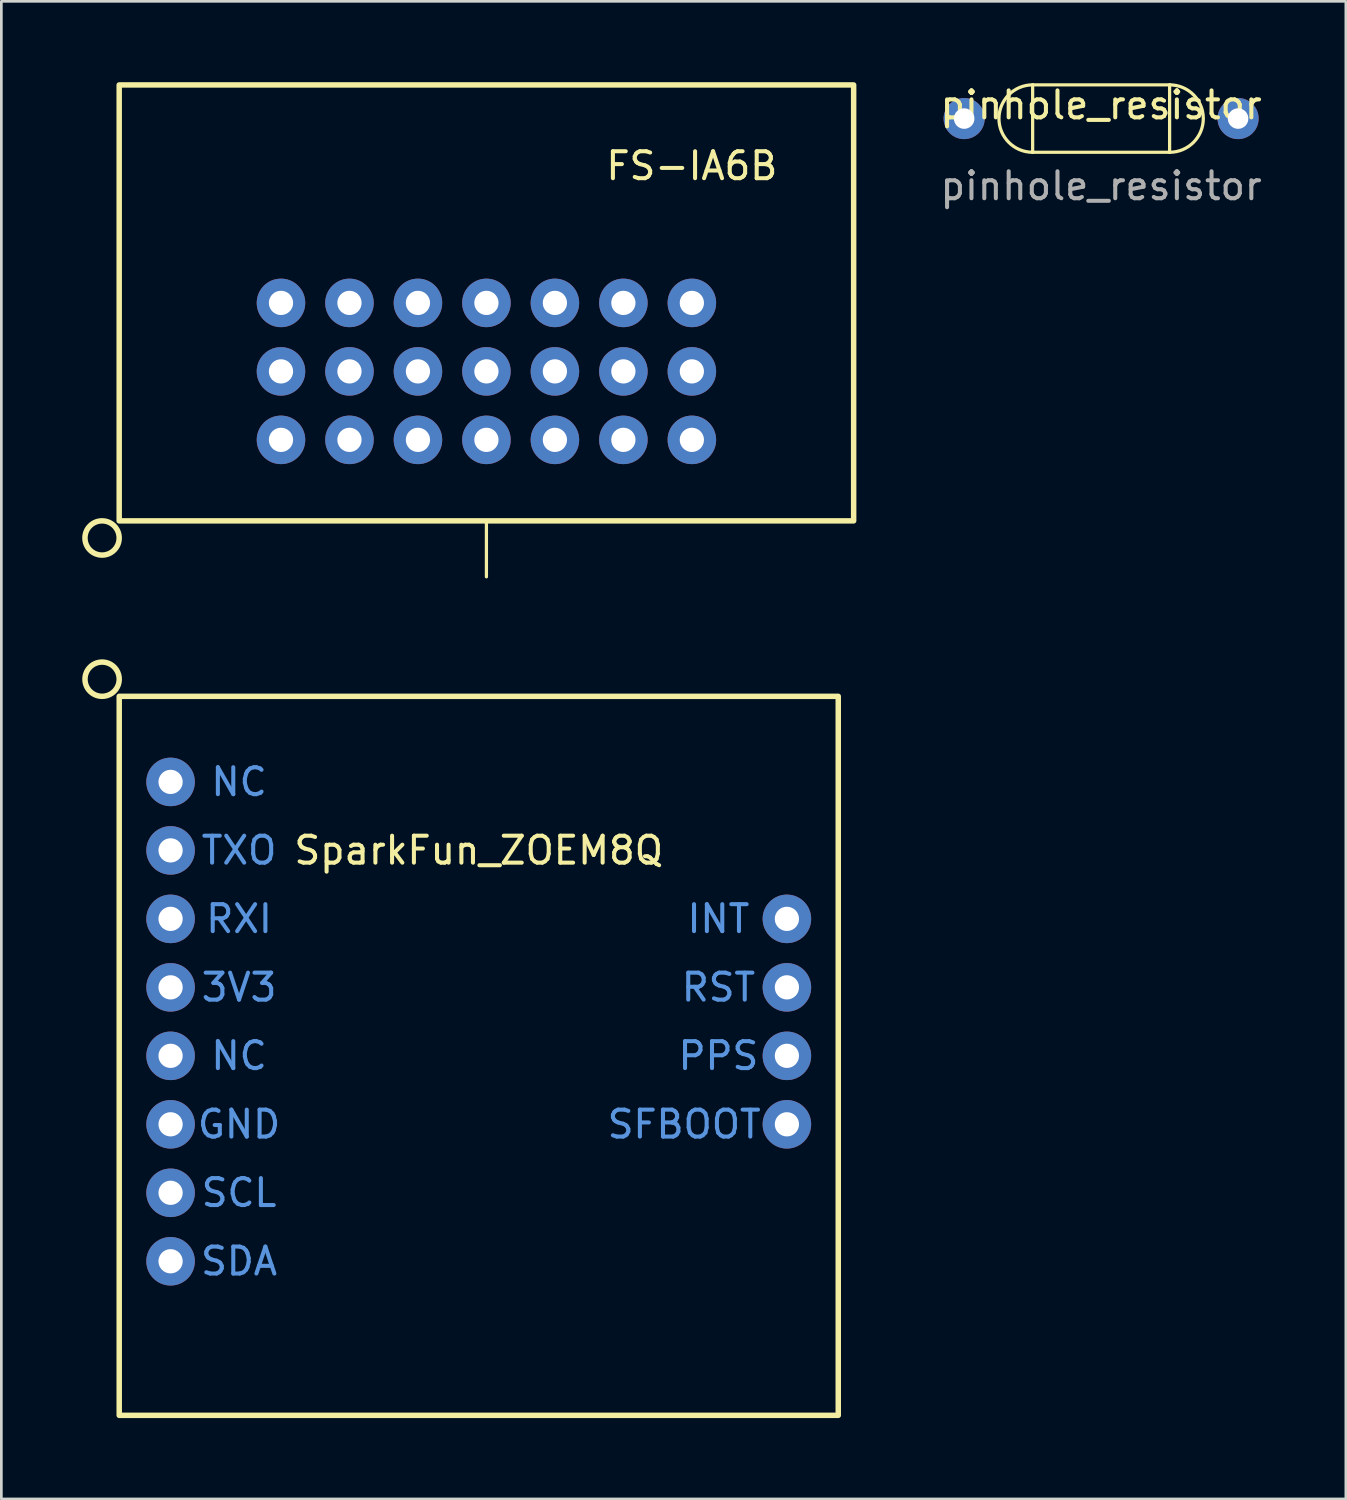
<source format=kicad_pcb>
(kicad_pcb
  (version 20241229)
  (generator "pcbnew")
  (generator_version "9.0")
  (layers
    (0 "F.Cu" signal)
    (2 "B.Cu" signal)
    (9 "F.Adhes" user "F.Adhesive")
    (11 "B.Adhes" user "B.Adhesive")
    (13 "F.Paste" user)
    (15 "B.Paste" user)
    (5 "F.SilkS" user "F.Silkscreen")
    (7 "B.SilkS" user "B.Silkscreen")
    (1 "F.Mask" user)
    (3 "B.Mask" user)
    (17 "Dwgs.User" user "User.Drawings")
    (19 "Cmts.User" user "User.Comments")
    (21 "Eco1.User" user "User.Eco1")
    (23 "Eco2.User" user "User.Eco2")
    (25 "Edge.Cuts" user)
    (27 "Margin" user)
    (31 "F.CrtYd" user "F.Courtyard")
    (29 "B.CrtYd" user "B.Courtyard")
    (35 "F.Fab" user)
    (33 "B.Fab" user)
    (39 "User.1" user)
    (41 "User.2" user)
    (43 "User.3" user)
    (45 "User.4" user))
  (footprint "pinhole_resistor"
    (layer "F.Cu")
    (at 37.792 1.348)
    (property "Reference" "pinhole_resistor" (at 0 -0.5 0) (unlocked yes) (layer "F.SilkS") (effects (font (size 1 1) (thickness 0.15))))
    (attr through_hole)
    (fp_line (start -2.54 -1.25) (end -2.54 1.25) (stroke (width 0.12) (type solid)) (layer "F.SilkS"))
    (fp_line (start -2.54 -1.25) (end 2.54 -1.25) (stroke (width 0.12) (type solid)) (layer "F.SilkS"))
    (fp_line (start -2.54 1.25) (end 2.54 1.25) (stroke (width 0.12) (type solid)) (layer "F.SilkS"))
    (fp_line (start 2.54 -1.25) (end 2.54 1.25) (stroke (width 0.12) (type solid)) (layer "F.SilkS"))
    (fp_arc (start -2.54 1.25) (mid -3.79 0) (end -2.54 -1.25) (stroke (width 0.12) (type solid)) (layer "F.SilkS"))
    (fp_arc (start 2.54 -1.25) (mid 3.79 0) (end 2.54 1.25) (stroke (width 0.12) (type solid)) (layer "F.SilkS"))
    (fp_text user "${REFERENCE}" (at 0 2.5 0) (unlocked yes) (layer "F.Fab") (effects (font (size 1 1) (thickness 0.15))))
    (pad "1" thru_hole circle (at -5.08 0) (size 1.524 1.524) (drill 0.762) (layers "*.Cu" "*.Mask"))
    (pad "2" thru_hole circle (at 5.08 0) (size 1.524 1.524) (drill 0.762) (layers "*.Cu" "*.Mask")))
  (footprint "SparkFun_ZOEM8Q"
    (layer "F.Cu")
    (at 14.707 32.302)
    (property "Reference" "SparkFun_ZOEM8Q" (at 0 -3.81 0) (unlocked yes) (layer "F.SilkS") (effects (font (size 1 1) (thickness 0.15))))
    (attr through_hole)
    (fp_rect (start -13.335 -9.525) (end 13.335 17.145) (stroke (width 0.203) (type solid)) (fill no) (layer "F.SilkS"))
    (fp_circle (center -13.97 -10.16) (end -13.335 -10.16) (stroke (width 0.203) (type solid)) (fill no) (layer "F.SilkS"))
    (fp_text user "SFBOOT" (at 7.62 6.35 0) (unlocked yes) (layer "Cmts.User") (effects (font (size 1 1) (thickness 0.15))))
    (fp_text user "RXI" (at -8.89 -1.27 0) (unlocked yes) (layer "Cmts.User") (effects (font (size 1 1) (thickness 0.15))))
    (fp_text user "NC" (at -8.89 -6.35 0) (unlocked yes) (layer "Cmts.User") (effects (font (size 1 1) (thickness 0.15))))
    (fp_text user "RST" (at 8.89 1.27 0) (unlocked yes) (layer "Cmts.User") (effects (font (size 1 1) (thickness 0.15))))
    (fp_text user "SCL" (at -8.89 8.89 0) (unlocked yes) (layer "Cmts.User") (effects (font (size 1 1) (thickness 0.15))))
    (fp_text user "3V3" (at -8.89 1.27 0) (unlocked yes) (layer "Cmts.User") (effects (font (size 1 1) (thickness 0.15))))
    (fp_text user "SDA" (at -8.89 11.43 0) (unlocked yes) (layer "Cmts.User") (effects (font (size 1 1) (thickness 0.15))))
    (fp_text user "PPS" (at 8.89 3.81 0) (unlocked yes) (layer "Cmts.User") (effects (font (size 1 1) (thickness 0.15))))
    (fp_text user "NC" (at -8.89 3.81 0) (unlocked yes) (layer "Cmts.User") (effects (font (size 1 1) (thickness 0.15))))
    (fp_text user "TXO" (at -8.89 -3.81 0) (unlocked yes) (layer "Cmts.User") (effects (font (size 1 1) (thickness 0.15))))
    (fp_text user "GND" (at -8.89 6.35 0) (unlocked yes) (layer "Cmts.User") (effects (font (size 1 1) (thickness 0.15))))
    (fp_text user "INT" (at 8.89 -1.27 0) (unlocked yes) (layer "Cmts.User") (effects (font (size 1 1) (thickness 0.15))))
    (pad "1" thru_hole circle (at -11.43 -6.35 270) (size 1.8 1.8) (drill 0.9) (layers "*.Cu" "*.Mask"))
    (pad "2" thru_hole circle (at -11.43 -3.81 270) (size 1.8 1.8) (drill 0.9) (layers "*.Cu" "*.Mask"))
    (pad "3" thru_hole circle (at -11.43 -1.27 270) (size 1.8 1.8) (drill 0.9) (layers "*.Cu" "*.Mask"))
    (pad "4" thru_hole circle (at -11.43 1.27 270) (size 1.8 1.8) (drill 0.9) (layers "*.Cu" "*.Mask"))
    (pad "5" thru_hole circle (at -11.43 3.81 270) (size 1.8 1.8) (drill 0.9) (layers "*.Cu" "*.Mask"))
    (pad "6" thru_hole circle (at -11.43 6.35 270) (size 1.8 1.8) (drill 0.9) (layers "*.Cu" "*.Mask"))
    (pad "7" thru_hole circle (at -11.43 8.89 270) (size 1.8 1.8) (drill 0.9) (layers "*.Cu" "*.Mask"))
    (pad "8" thru_hole circle (at -11.43 11.43 270) (size 1.8 1.8) (drill 0.9) (layers "*.Cu" "*.Mask"))
    (pad "9" thru_hole circle (at 11.43 -1.27 270) (size 1.8 1.8) (drill 0.9) (layers "*.Cu" "*.Mask"))
    (pad "10" thru_hole circle (at 11.43 1.27 270) (size 1.8 1.8) (drill 0.9) (layers "*.Cu" "*.Mask"))
    (pad "11" thru_hole circle (at 11.43 3.81 270) (size 1.8 1.8) (drill 0.9) (layers "*.Cu" "*.Mask"))
    (pad "12" thru_hole circle (at 11.43 6.35 270) (size 1.8 1.8) (drill 0.9) (layers "*.Cu" "*.Mask")))
  (footprint "FS-IA6B"
    (layer "F.Cu")
    (at 14.992 10.725)
    (property "Reference" "FS-IA6B" (at 7.62 -7.62 0) (unlocked yes) (layer "F.SilkS") (effects (font (size 1 1) (thickness 0.15))))
    (attr through_hole)
    (fp_line (start 0 5.544) (end 0 7.62) (stroke (width 0.12) (type solid)) (layer "F.SilkS"))
    (fp_rect (start 13.621 5.544) (end -13.621 -10.624) (stroke (width 0.203) (type solid)) (fill no) (layer "F.SilkS"))
    (fp_circle (center -14.256 6.179) (end -13.621 6.179) (stroke (width 0.203) (type solid)) (fill no) (layer "F.SilkS"))
    (pad "1" thru_hole circle (at -7.62 2.54) (size 1.8 1.8) (drill 0.9) (layers "*.Cu" "*.Mask"))
    (pad "2" thru_hole circle (at -5.08 2.54) (size 1.8 1.8) (drill 0.9) (layers "*.Cu" "*.Mask"))
    (pad "3" thru_hole circle (at -2.54 2.54) (size 1.8 1.8) (drill 0.9) (layers "*.Cu" "*.Mask"))
    (pad "4" thru_hole circle (at 0 2.54) (size 1.8 1.8) (drill 0.9) (layers "*.Cu" "*.Mask"))
    (pad "5" thru_hole circle (at 2.54 2.54) (size 1.8 1.8) (drill 0.9) (layers "*.Cu" "*.Mask"))
    (pad "6" thru_hole circle (at 5.08 2.54) (size 1.8 1.8) (drill 0.9) (layers "*.Cu" "*.Mask"))
    (pad "7" thru_hole circle (at 7.62 2.54) (size 1.8 1.8) (drill 0.9) (layers "*.Cu" "*.Mask"))
    (pad "8" thru_hole circle (at -7.62 0) (size 1.8 1.8) (drill 0.9) (layers "*.Cu" "*.Mask"))
    (pad "8" thru_hole circle (at -5.08 0) (size 1.8 1.8) (drill 0.9) (layers "*.Cu" "*.Mask"))
    (pad "8" thru_hole circle (at -2.54 0) (size 1.8 1.8) (drill 0.9) (layers "*.Cu" "*.Mask"))
    (pad "8" thru_hole circle (at 0 0) (size 1.8 1.8) (drill 0.9) (layers "*.Cu" "*.Mask"))
    (pad "8" thru_hole circle (at 2.54 0) (size 1.8 1.8) (drill 0.9) (layers "*.Cu" "*.Mask"))
    (pad "8" thru_hole circle (at 5.08 0) (size 1.8 1.8) (drill 0.9) (layers "*.Cu" "*.Mask"))
    (pad "8" thru_hole circle (at 7.62 0) (size 1.8 1.8) (drill 0.9) (layers "*.Cu" "*.Mask"))
    (pad "9" thru_hole circle (at -7.62 -2.54) (size 1.8 1.8) (drill 0.9) (layers "*.Cu" "*.Mask"))
    (pad "9" thru_hole circle (at -5.08 -2.54) (size 1.8 1.8) (drill 0.9) (layers "*.Cu" "*.Mask"))
    (pad "9" thru_hole circle (at -2.54 -2.54) (size 1.8 1.8) (drill 0.9) (layers "*.Cu" "*.Mask"))
    (pad "9" thru_hole circle (at 0 -2.54) (size 1.8 1.8) (drill 0.9) (layers "*.Cu" "*.Mask"))
    (pad "9" thru_hole circle (at 2.54 -2.54) (size 1.8 1.8) (drill 0.9) (layers "*.Cu" "*.Mask"))
    (pad "9" thru_hole circle (at 5.08 -2.54) (size 1.8 1.8) (drill 0.9) (layers "*.Cu" "*.Mask"))
    (pad "9" thru_hole circle (at 7.62 -2.54) (size 1.8 1.8) (drill 0.9) (layers "*.Cu" "*.Mask")))
  (gr_rect
    (start -3 -3)
    (end 46.869 52.548)
    (stroke (width 0.1) (type default))
    (fill no)
    (layer "Edge.Cuts")))
</source>
